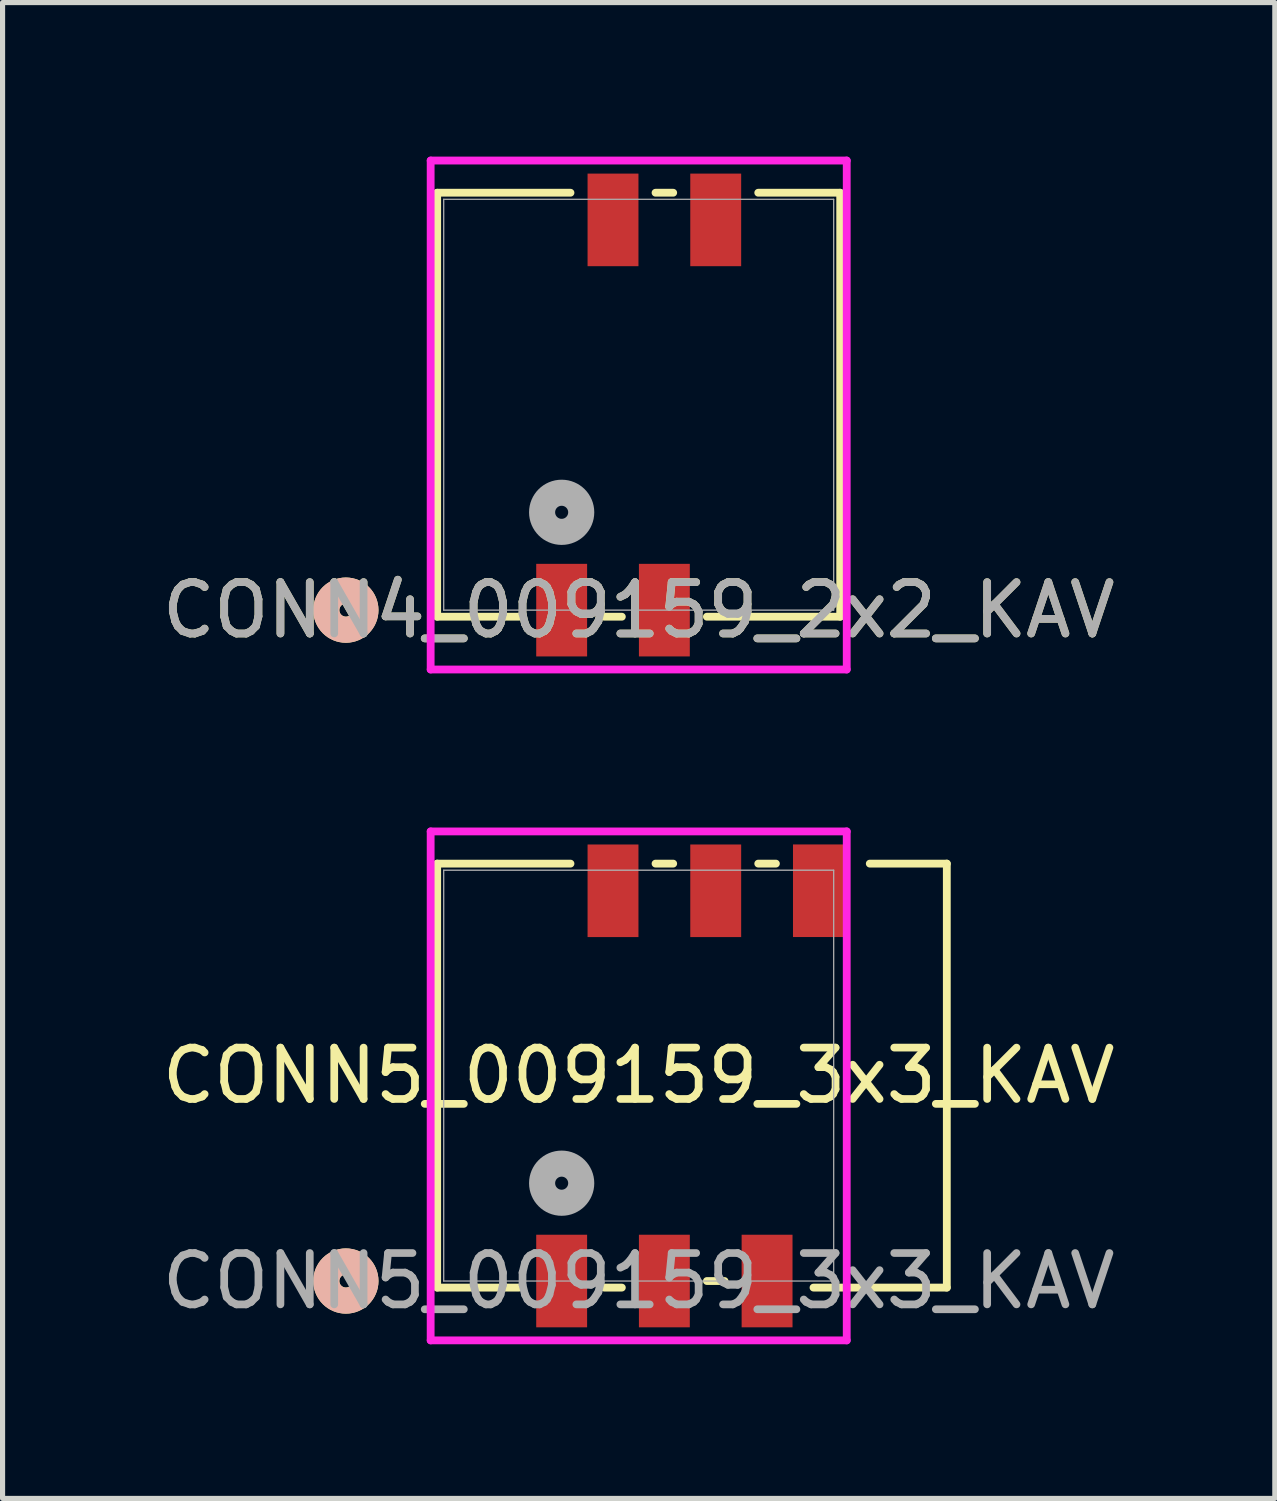
<source format=kicad_pcb>
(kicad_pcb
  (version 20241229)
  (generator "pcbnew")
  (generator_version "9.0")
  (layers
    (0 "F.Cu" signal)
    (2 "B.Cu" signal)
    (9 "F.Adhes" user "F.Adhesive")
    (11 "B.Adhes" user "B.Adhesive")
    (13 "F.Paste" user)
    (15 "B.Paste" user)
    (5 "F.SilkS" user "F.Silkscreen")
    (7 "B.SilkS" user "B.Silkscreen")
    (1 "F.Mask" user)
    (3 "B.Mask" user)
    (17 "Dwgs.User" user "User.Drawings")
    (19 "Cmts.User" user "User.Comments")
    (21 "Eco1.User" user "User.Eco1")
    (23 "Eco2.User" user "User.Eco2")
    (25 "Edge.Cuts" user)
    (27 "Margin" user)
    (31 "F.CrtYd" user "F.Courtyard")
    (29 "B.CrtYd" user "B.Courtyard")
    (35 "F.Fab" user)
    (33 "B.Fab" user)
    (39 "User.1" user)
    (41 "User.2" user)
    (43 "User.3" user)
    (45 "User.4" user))
  (footprint "CONN5_009159_3x3_KAV"
    (layer "F.Cu")
    (at 9.387 17.895)
    (property "Reference" "CONN5_009159_3x3_KAV" (at 0 0 0) (unlocked yes) (layer "F.SilkS") (effects (font (size 1 1) (thickness 0.15))))
    (attr smd)
    (fp_line (start -3.924 -4.128) (end -3.924 4.128) (stroke (width 0.152) (type solid)) (layer "F.SilkS"))
    (fp_line (start -3.924 4.128) (end -2.328 4.128) (stroke (width 0.152) (type solid)) (layer "F.SilkS"))
    (fp_line (start -1.328 -4.128) (end -3.924 -4.128) (stroke (width 0.152) (type solid)) (layer "F.SilkS"))
    (fp_line (start -0.672 4.128) (end -0.328 4.128) (stroke (width 0.152) (type solid)) (layer "F.SilkS"))
    (fp_line (start 0.672 -4.128) (end 0.328 -4.128) (stroke (width 0.152) (type solid)) (layer "F.SilkS"))
    (fp_line (start 1.328 4) (end 1.672 4) (stroke (width 0.152) (type solid)) (layer "F.SilkS"))
    (fp_line (start 2.672 -4.128) (end 2.328 -4.128) (stroke (width 0.152) (type solid)) (layer "F.SilkS"))
    (fp_line (start 3.404 4.128) (end 6 4.128) (stroke (width 0.152) (type solid)) (layer "F.SilkS"))
    (fp_line (start 6 -4.128) (end 4.5 -4.128) (stroke (width 0.152) (type solid)) (layer "F.SilkS"))
    (fp_line (start 6 4.128) (end 6 -4.128) (stroke (width 0.152) (type solid)) (layer "F.SilkS"))
    (fp_circle (center -5.702 4) (end -5.321 4) (stroke (width 0.508) (type solid)) (fill no) (layer "F.SilkS"))
    (fp_circle (center -5.702 4) (end -5.321 4) (stroke (width 0.508) (type solid)) (fill no) (layer "B.SilkS"))
    (fp_line (start -4.051 -4.755) (end -4.051 5.156) (stroke (width 0.152) (type solid)) (layer "F.CrtYd"))
    (fp_line (start -4.051 5.156) (end 4.051 5.156) (stroke (width 0.152) (type solid)) (layer "F.CrtYd"))
    (fp_line (start 4.051 -4.755) (end -4.051 -4.755) (stroke (width 0.152) (type solid)) (layer "F.CrtYd"))
    (fp_line (start 4.051 5.156) (end 4.051 -4.755) (stroke (width 0.152) (type solid)) (layer "F.CrtYd"))
    (fp_line (start -3.797 -4) (end -3.797 4) (stroke (width 0.025) (type solid)) (layer "F.Fab"))
    (fp_line (start -3.797 4) (end 3.797 4) (stroke (width 0.025) (type solid)) (layer "F.Fab"))
    (fp_line (start 3.797 -4) (end -3.797 -4) (stroke (width 0.025) (type solid)) (layer "F.Fab"))
    (fp_line (start 3.797 4) (end 3.797 -4) (stroke (width 0.025) (type solid)) (layer "F.Fab"))
    (fp_circle (center -1.5 2.095) (end -1.119 2.095) (stroke (width 0.508) (type solid)) (fill no) (layer "F.Fab"))
    (fp_text user "${REFERENCE}" (at 0 4 0) (unlocked yes) (layer "F.Fab") (effects (font (size 1 1) (thickness 0.15))))
    (pad "1" smd rect (at -1.5 4) (size 0.991 1.803) (layers "F.Cu" "F.Mask" "F.Paste"))
    (pad "2" smd rect (at -0.5 -3.599) (size 0.991 1.803) (layers "F.Cu" "F.Mask" "F.Paste"))
    (pad "3" smd rect (at 0.5 4) (size 0.991 1.803) (layers "F.Cu" "F.Mask" "F.Paste"))
    (pad "4" smd rect (at 1.5 -3.599) (size 0.991 1.803) (layers "F.Cu" "F.Mask" "F.Paste"))
    (pad "5" smd rect (at 2.5 4) (size 0.991 1.803) (layers "F.Cu" "F.Mask" "F.Paste"))
    (pad "6" smd rect (at 3.5 -3.6) (size 0.991 1.803) (layers "F.Cu" "F.Mask" "F.Paste")))
  (footprint "CONN4_009159_2x2_KAV"
    (layer "F.Cu")
    (at 9.387 4.831)
    (property "Reference" "CONN4_009159_2x2_KAV" (at 0 4 0) (unlocked yes) (layer "F.SilkS") (effects (font (size 1 1) (thickness 0.15))))
    (attr smd)
    (fp_line (start -3.924 -4.128) (end -3.924 4.128) (stroke (width 0.152) (type solid)) (layer "F.SilkS"))
    (fp_line (start -3.924 4.128) (end -2.328 4.128) (stroke (width 0.152) (type solid)) (layer "F.SilkS"))
    (fp_line (start -1.328 -4.128) (end -3.924 -4.128) (stroke (width 0.152) (type solid)) (layer "F.SilkS"))
    (fp_line (start -0.672 4.128) (end -0.328 4.128) (stroke (width 0.152) (type solid)) (layer "F.SilkS"))
    (fp_line (start 0.672 -4.128) (end 0.328 -4.128) (stroke (width 0.152) (type solid)) (layer "F.SilkS"))
    (fp_line (start 1.328 4.128) (end 3.924 4.128) (stroke (width 0.152) (type solid)) (layer "F.SilkS"))
    (fp_line (start 3.924 -4.128) (end 2.328 -4.128) (stroke (width 0.152) (type solid)) (layer "F.SilkS"))
    (fp_line (start 3.924 4.128) (end 3.924 -4.128) (stroke (width 0.152) (type solid)) (layer "F.SilkS"))
    (fp_circle (center -5.702 4) (end -5.321 4) (stroke (width 0.508) (type solid)) (fill no) (layer "F.SilkS"))
    (fp_circle (center -5.702 4) (end -5.321 4) (stroke (width 0.508) (type solid)) (fill no) (layer "B.SilkS"))
    (fp_line (start -4.051 -4.755) (end -4.051 5.156) (stroke (width 0.152) (type solid)) (layer "F.CrtYd"))
    (fp_line (start -4.051 5.156) (end 4.051 5.156) (stroke (width 0.152) (type solid)) (layer "F.CrtYd"))
    (fp_line (start 4.051 -4.755) (end -4.051 -4.755) (stroke (width 0.152) (type solid)) (layer "F.CrtYd"))
    (fp_line (start 4.051 5.156) (end 4.051 -4.755) (stroke (width 0.152) (type solid)) (layer "F.CrtYd"))
    (fp_line (start -3.797 -4) (end -3.797 4) (stroke (width 0.025) (type solid)) (layer "F.Fab"))
    (fp_line (start -3.797 4) (end 3.797 4) (stroke (width 0.025) (type solid)) (layer "F.Fab"))
    (fp_line (start 3.797 -4) (end -3.797 -4) (stroke (width 0.025) (type solid)) (layer "F.Fab"))
    (fp_line (start 3.797 4) (end 3.797 -4) (stroke (width 0.025) (type solid)) (layer "F.Fab"))
    (fp_circle (center -1.5 2.095) (end -1.119 2.095) (stroke (width 0.508) (type solid)) (fill no) (layer "F.Fab"))
    (fp_text user "${REFERENCE}" (at 0 4 0) (unlocked yes) (layer "F.Fab") (effects (font (size 1 1) (thickness 0.15))))
    (pad "1" smd rect (at -1.5 4) (size 0.991 1.803) (layers "F.Cu" "F.Mask" "F.Paste"))
    (pad "2" smd rect (at -0.5 -3.599) (size 0.991 1.803) (layers "F.Cu" "F.Mask" "F.Paste"))
    (pad "3" smd rect (at 0.5 4) (size 0.991 1.803) (layers "F.Cu" "F.Mask" "F.Paste"))
    (pad "4" smd rect (at 1.5 -3.599) (size 0.991 1.803) (layers "F.Cu" "F.Mask" "F.Paste")))
  (gr_rect
    (start -3 -3)
    (end 21.774 26.128)
    (stroke (width 0.1) (type default))
    (fill no)
    (layer "Edge.Cuts")))
</source>
